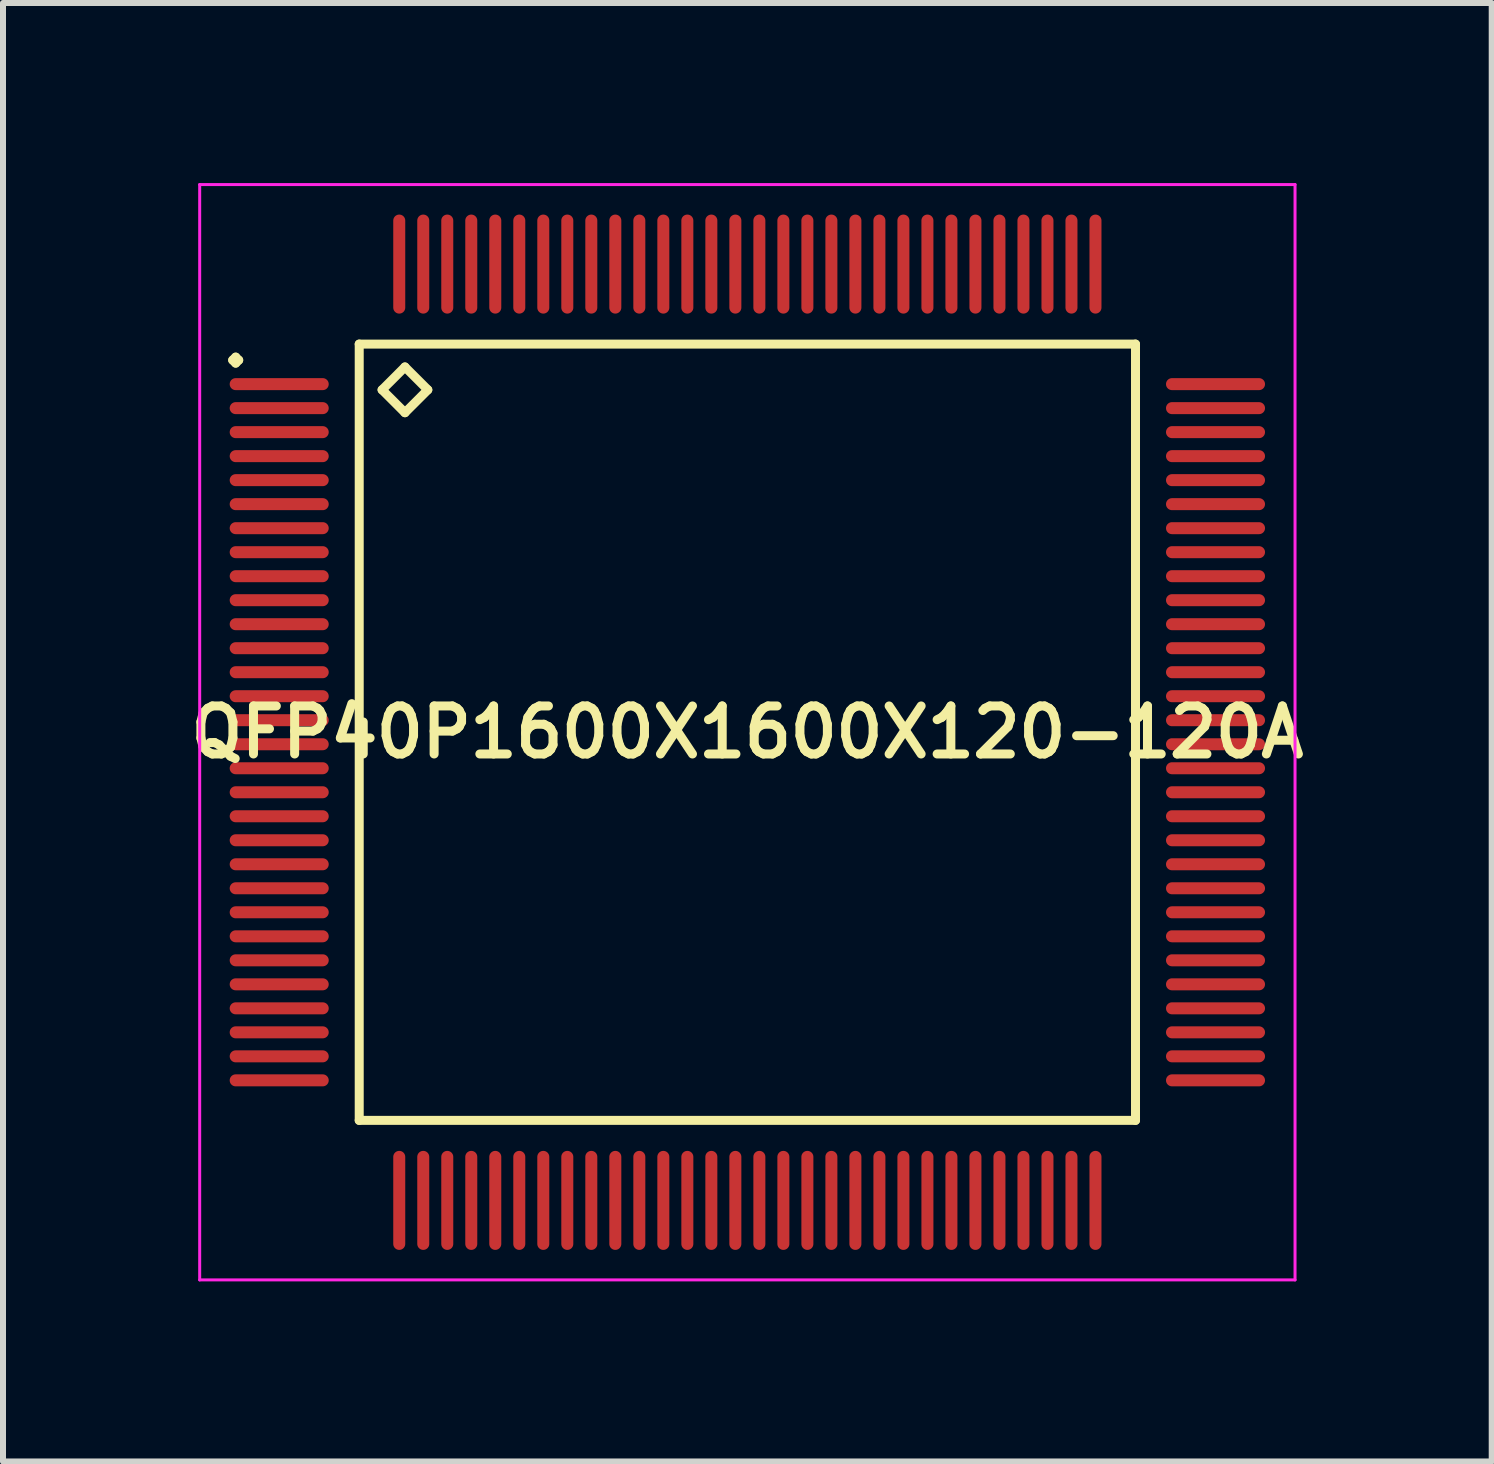
<source format=kicad_pcb>
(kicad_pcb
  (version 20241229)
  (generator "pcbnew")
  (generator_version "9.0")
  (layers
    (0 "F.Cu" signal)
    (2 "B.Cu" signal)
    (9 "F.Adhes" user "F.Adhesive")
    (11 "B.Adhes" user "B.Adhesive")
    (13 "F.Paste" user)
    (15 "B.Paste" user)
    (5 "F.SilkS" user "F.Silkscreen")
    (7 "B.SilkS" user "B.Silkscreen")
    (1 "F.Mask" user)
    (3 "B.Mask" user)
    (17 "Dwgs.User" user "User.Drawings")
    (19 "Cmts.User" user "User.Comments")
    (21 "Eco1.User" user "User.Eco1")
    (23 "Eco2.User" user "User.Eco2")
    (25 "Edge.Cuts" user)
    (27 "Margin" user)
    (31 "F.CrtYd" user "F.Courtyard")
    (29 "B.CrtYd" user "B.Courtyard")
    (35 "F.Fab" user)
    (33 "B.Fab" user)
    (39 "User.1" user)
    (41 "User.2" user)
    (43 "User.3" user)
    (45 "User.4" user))
  (footprint "QFP40P1600X1600X120-120A"
    (layer "F.Cu")
    (at 9.402 9.15)
    (property "Reference" "QFP40P1600X1600X120-120A" (at 0 0 0) (layer "F.SilkS") (effects (font (size 0.8 0.8) (thickness 0.15))))
    (attr smd)
    (fp_line (start -8.575 -6.2) (end -8.525 -6.25) (stroke (width 0.15) (type solid)) (layer "F.SilkS"))
    (fp_line (start -8.525 -6.25) (end -8.475 -6.2) (stroke (width 0.15) (type solid)) (layer "F.SilkS"))
    (fp_line (start -8.525 -6.15) (end -8.575 -6.2) (stroke (width 0.15) (type solid)) (layer "F.SilkS"))
    (fp_line (start -8.475 -6.2) (end -8.525 -6.15) (stroke (width 0.15) (type solid)) (layer "F.SilkS"))
    (fp_line (start -6.467 -6.467) (end -6.467 6.467) (stroke (width 0.15) (type solid)) (layer "F.SilkS"))
    (fp_line (start -6.467 6.467) (end 6.467 6.467) (stroke (width 0.15) (type solid)) (layer "F.SilkS"))
    (fp_line (start -6.086 -5.705) (end -5.705 -6.086) (stroke (width 0.15) (type solid)) (layer "F.SilkS"))
    (fp_line (start -5.705 -6.086) (end -5.324 -5.705) (stroke (width 0.15) (type solid)) (layer "F.SilkS"))
    (fp_line (start -5.705 -5.324) (end -6.086 -5.705) (stroke (width 0.15) (type solid)) (layer "F.SilkS"))
    (fp_line (start -5.324 -5.705) (end -5.705 -5.324) (stroke (width 0.15) (type solid)) (layer "F.SilkS"))
    (fp_line (start 6.467 -6.467) (end -6.467 -6.467) (stroke (width 0.15) (type solid)) (layer "F.SilkS"))
    (fp_line (start 6.467 6.467) (end 6.467 -6.467) (stroke (width 0.15) (type solid)) (layer "F.SilkS"))
    (fp_line (start -9.125 -9.125) (end 9.125 -9.125) (stroke (width 0.05) (type solid)) (layer "F.CrtYd"))
    (fp_line (start -9.125 9.125) (end -9.125 -9.125) (stroke (width 0.05) (type solid)) (layer "F.CrtYd"))
    (fp_line (start 9.125 -9.125) (end 9.125 9.125) (stroke (width 0.05) (type solid)) (layer "F.CrtYd"))
    (fp_line (start 9.125 9.125) (end -9.125 9.125) (stroke (width 0.05) (type solid)) (layer "F.CrtYd"))
    (pad "1" smd oval (at -7.8 -5.8) (size 1.65 0.2) (layers "F.Cu" "F.Mask" "F.Paste"))
    (pad "2" smd oval (at -7.8 -5.4) (size 1.65 0.2) (layers "F.Cu" "F.Mask" "F.Paste"))
    (pad "3" smd oval (at -7.8 -5) (size 1.65 0.2) (layers "F.Cu" "F.Mask" "F.Paste"))
    (pad "4" smd oval (at -7.8 -4.6) (size 1.65 0.2) (layers "F.Cu" "F.Mask" "F.Paste"))
    (pad "5" smd oval (at -7.8 -4.2) (size 1.65 0.2) (layers "F.Cu" "F.Mask" "F.Paste"))
    (pad "6" smd oval (at -7.8 -3.8) (size 1.65 0.2) (layers "F.Cu" "F.Mask" "F.Paste"))
    (pad "7" smd oval (at -7.8 -3.4) (size 1.65 0.2) (layers "F.Cu" "F.Mask" "F.Paste"))
    (pad "8" smd oval (at -7.8 -3) (size 1.65 0.2) (layers "F.Cu" "F.Mask" "F.Paste"))
    (pad "9" smd oval (at -7.8 -2.6) (size 1.65 0.2) (layers "F.Cu" "F.Mask" "F.Paste"))
    (pad "10" smd oval (at -7.8 -2.2) (size 1.65 0.2) (layers "F.Cu" "F.Mask" "F.Paste"))
    (pad "11" smd oval (at -7.8 -1.8) (size 1.65 0.2) (layers "F.Cu" "F.Mask" "F.Paste"))
    (pad "12" smd oval (at -7.8 -1.4) (size 1.65 0.2) (layers "F.Cu" "F.Mask" "F.Paste"))
    (pad "13" smd oval (at -7.8 -1) (size 1.65 0.2) (layers "F.Cu" "F.Mask" "F.Paste"))
    (pad "14" smd oval (at -7.8 -0.6) (size 1.65 0.2) (layers "F.Cu" "F.Mask" "F.Paste"))
    (pad "15" smd oval (at -7.8 -0.2) (size 1.65 0.2) (layers "F.Cu" "F.Mask" "F.Paste"))
    (pad "16" smd oval (at -7.8 0.2) (size 1.65 0.2) (layers "F.Cu" "F.Mask" "F.Paste"))
    (pad "17" smd oval (at -7.8 0.6) (size 1.65 0.2) (layers "F.Cu" "F.Mask" "F.Paste"))
    (pad "18" smd oval (at -7.8 1) (size 1.65 0.2) (layers "F.Cu" "F.Mask" "F.Paste"))
    (pad "19" smd oval (at -7.8 1.4) (size 1.65 0.2) (layers "F.Cu" "F.Mask" "F.Paste"))
    (pad "20" smd oval (at -7.8 1.8) (size 1.65 0.2) (layers "F.Cu" "F.Mask" "F.Paste"))
    (pad "21" smd oval (at -7.8 2.2) (size 1.65 0.2) (layers "F.Cu" "F.Mask" "F.Paste"))
    (pad "22" smd oval (at -7.8 2.6) (size 1.65 0.2) (layers "F.Cu" "F.Mask" "F.Paste"))
    (pad "23" smd oval (at -7.8 3) (size 1.65 0.2) (layers "F.Cu" "F.Mask" "F.Paste"))
    (pad "24" smd oval (at -7.8 3.4) (size 1.65 0.2) (layers "F.Cu" "F.Mask" "F.Paste"))
    (pad "25" smd oval (at -7.8 3.8) (size 1.65 0.2) (layers "F.Cu" "F.Mask" "F.Paste"))
    (pad "26" smd oval (at -7.8 4.2) (size 1.65 0.2) (layers "F.Cu" "F.Mask" "F.Paste"))
    (pad "27" smd oval (at -7.8 4.6) (size 1.65 0.2) (layers "F.Cu" "F.Mask" "F.Paste"))
    (pad "28" smd oval (at -7.8 5) (size 1.65 0.2) (layers "F.Cu" "F.Mask" "F.Paste"))
    (pad "29" smd oval (at -7.8 5.4) (size 1.65 0.2) (layers "F.Cu" "F.Mask" "F.Paste"))
    (pad "30" smd oval (at -7.8 5.8) (size 1.65 0.2) (layers "F.Cu" "F.Mask" "F.Paste"))
    (pad "31" smd oval (at -5.8 7.8) (size 0.2 1.65) (layers "F.Cu" "F.Mask" "F.Paste"))
    (pad "32" smd oval (at -5.4 7.8) (size 0.2 1.65) (layers "F.Cu" "F.Mask" "F.Paste"))
    (pad "33" smd oval (at -5 7.8) (size 0.2 1.65) (layers "F.Cu" "F.Mask" "F.Paste"))
    (pad "34" smd oval (at -4.6 7.8) (size 0.2 1.65) (layers "F.Cu" "F.Mask" "F.Paste"))
    (pad "35" smd oval (at -4.2 7.8) (size 0.2 1.65) (layers "F.Cu" "F.Mask" "F.Paste"))
    (pad "36" smd oval (at -3.8 7.8) (size 0.2 1.65) (layers "F.Cu" "F.Mask" "F.Paste"))
    (pad "37" smd oval (at -3.4 7.8) (size 0.2 1.65) (layers "F.Cu" "F.Mask" "F.Paste"))
    (pad "38" smd oval (at -3 7.8) (size 0.2 1.65) (layers "F.Cu" "F.Mask" "F.Paste"))
    (pad "39" smd oval (at -2.6 7.8) (size 0.2 1.65) (layers "F.Cu" "F.Mask" "F.Paste"))
    (pad "40" smd oval (at -2.2 7.8) (size 0.2 1.65) (layers "F.Cu" "F.Mask" "F.Paste"))
    (pad "41" smd oval (at -1.8 7.8) (size 0.2 1.65) (layers "F.Cu" "F.Mask" "F.Paste"))
    (pad "42" smd oval (at -1.4 7.8) (size 0.2 1.65) (layers "F.Cu" "F.Mask" "F.Paste"))
    (pad "43" smd oval (at -1 7.8) (size 0.2 1.65) (layers "F.Cu" "F.Mask" "F.Paste"))
    (pad "44" smd oval (at -0.6 7.8) (size 0.2 1.65) (layers "F.Cu" "F.Mask" "F.Paste"))
    (pad "45" smd oval (at -0.2 7.8) (size 0.2 1.65) (layers "F.Cu" "F.Mask" "F.Paste"))
    (pad "46" smd oval (at 0.2 7.8) (size 0.2 1.65) (layers "F.Cu" "F.Mask" "F.Paste"))
    (pad "47" smd oval (at 0.6 7.8) (size 0.2 1.65) (layers "F.Cu" "F.Mask" "F.Paste"))
    (pad "48" smd oval (at 1 7.8) (size 0.2 1.65) (layers "F.Cu" "F.Mask" "F.Paste"))
    (pad "49" smd oval (at 1.4 7.8) (size 0.2 1.65) (layers "F.Cu" "F.Mask" "F.Paste"))
    (pad "50" smd oval (at 1.8 7.8) (size 0.2 1.65) (layers "F.Cu" "F.Mask" "F.Paste"))
    (pad "51" smd oval (at 2.2 7.8) (size 0.2 1.65) (layers "F.Cu" "F.Mask" "F.Paste"))
    (pad "52" smd oval (at 2.6 7.8) (size 0.2 1.65) (layers "F.Cu" "F.Mask" "F.Paste"))
    (pad "53" smd oval (at 3 7.8) (size 0.2 1.65) (layers "F.Cu" "F.Mask" "F.Paste"))
    (pad "54" smd oval (at 3.4 7.8) (size 0.2 1.65) (layers "F.Cu" "F.Mask" "F.Paste"))
    (pad "55" smd oval (at 3.8 7.8) (size 0.2 1.65) (layers "F.Cu" "F.Mask" "F.Paste"))
    (pad "56" smd oval (at 4.2 7.8) (size 0.2 1.65) (layers "F.Cu" "F.Mask" "F.Paste"))
    (pad "57" smd oval (at 4.6 7.8) (size 0.2 1.65) (layers "F.Cu" "F.Mask" "F.Paste"))
    (pad "58" smd oval (at 5 7.8) (size 0.2 1.65) (layers "F.Cu" "F.Mask" "F.Paste"))
    (pad "59" smd oval (at 5.4 7.8) (size 0.2 1.65) (layers "F.Cu" "F.Mask" "F.Paste"))
    (pad "60" smd oval (at 5.8 7.8) (size 0.2 1.65) (layers "F.Cu" "F.Mask" "F.Paste"))
    (pad "61" smd oval (at 7.8 5.8) (size 1.65 0.2) (layers "F.Cu" "F.Mask" "F.Paste"))
    (pad "62" smd oval (at 7.8 5.4) (size 1.65 0.2) (layers "F.Cu" "F.Mask" "F.Paste"))
    (pad "63" smd oval (at 7.8 5) (size 1.65 0.2) (layers "F.Cu" "F.Mask" "F.Paste"))
    (pad "64" smd oval (at 7.8 4.6) (size 1.65 0.2) (layers "F.Cu" "F.Mask" "F.Paste"))
    (pad "65" smd oval (at 7.8 4.2) (size 1.65 0.2) (layers "F.Cu" "F.Mask" "F.Paste"))
    (pad "66" smd oval (at 7.8 3.8) (size 1.65 0.2) (layers "F.Cu" "F.Mask" "F.Paste"))
    (pad "67" smd oval (at 7.8 3.4) (size 1.65 0.2) (layers "F.Cu" "F.Mask" "F.Paste"))
    (pad "68" smd oval (at 7.8 3) (size 1.65 0.2) (layers "F.Cu" "F.Mask" "F.Paste"))
    (pad "69" smd oval (at 7.8 2.6) (size 1.65 0.2) (layers "F.Cu" "F.Mask" "F.Paste"))
    (pad "70" smd oval (at 7.8 2.2) (size 1.65 0.2) (layers "F.Cu" "F.Mask" "F.Paste"))
    (pad "71" smd oval (at 7.8 1.8) (size 1.65 0.2) (layers "F.Cu" "F.Mask" "F.Paste"))
    (pad "72" smd oval (at 7.8 1.4) (size 1.65 0.2) (layers "F.Cu" "F.Mask" "F.Paste"))
    (pad "73" smd oval (at 7.8 1) (size 1.65 0.2) (layers "F.Cu" "F.Mask" "F.Paste"))
    (pad "74" smd oval (at 7.8 0.6) (size 1.65 0.2) (layers "F.Cu" "F.Mask" "F.Paste"))
    (pad "75" smd oval (at 7.8 0.2) (size 1.65 0.2) (layers "F.Cu" "F.Mask" "F.Paste"))
    (pad "76" smd oval (at 7.8 -0.2) (size 1.65 0.2) (layers "F.Cu" "F.Mask" "F.Paste"))
    (pad "77" smd oval (at 7.8 -0.6) (size 1.65 0.2) (layers "F.Cu" "F.Mask" "F.Paste"))
    (pad "78" smd oval (at 7.8 -1) (size 1.65 0.2) (layers "F.Cu" "F.Mask" "F.Paste"))
    (pad "79" smd oval (at 7.8 -1.4) (size 1.65 0.2) (layers "F.Cu" "F.Mask" "F.Paste"))
    (pad "80" smd oval (at 7.8 -1.8) (size 1.65 0.2) (layers "F.Cu" "F.Mask" "F.Paste"))
    (pad "81" smd oval (at 7.8 -2.2) (size 1.65 0.2) (layers "F.Cu" "F.Mask" "F.Paste"))
    (pad "82" smd oval (at 7.8 -2.6) (size 1.65 0.2) (layers "F.Cu" "F.Mask" "F.Paste"))
    (pad "83" smd oval (at 7.8 -3) (size 1.65 0.2) (layers "F.Cu" "F.Mask" "F.Paste"))
    (pad "84" smd oval (at 7.8 -3.4) (size 1.65 0.2) (layers "F.Cu" "F.Mask" "F.Paste"))
    (pad "85" smd oval (at 7.8 -3.8) (size 1.65 0.2) (layers "F.Cu" "F.Mask" "F.Paste"))
    (pad "86" smd oval (at 7.8 -4.2) (size 1.65 0.2) (layers "F.Cu" "F.Mask" "F.Paste"))
    (pad "87" smd oval (at 7.8 -4.6) (size 1.65 0.2) (layers "F.Cu" "F.Mask" "F.Paste"))
    (pad "88" smd oval (at 7.8 -5) (size 1.65 0.2) (layers "F.Cu" "F.Mask" "F.Paste"))
    (pad "89" smd oval (at 7.8 -5.4) (size 1.65 0.2) (layers "F.Cu" "F.Mask" "F.Paste"))
    (pad "90" smd oval (at 7.8 -5.8) (size 1.65 0.2) (layers "F.Cu" "F.Mask" "F.Paste"))
    (pad "91" smd oval (at 5.8 -7.8) (size 0.2 1.65) (layers "F.Cu" "F.Mask" "F.Paste"))
    (pad "92" smd oval (at 5.4 -7.8) (size 0.2 1.65) (layers "F.Cu" "F.Mask" "F.Paste"))
    (pad "93" smd oval (at 5 -7.8) (size 0.2 1.65) (layers "F.Cu" "F.Mask" "F.Paste"))
    (pad "94" smd oval (at 4.6 -7.8) (size 0.2 1.65) (layers "F.Cu" "F.Mask" "F.Paste"))
    (pad "95" smd oval (at 4.2 -7.8) (size 0.2 1.65) (layers "F.Cu" "F.Mask" "F.Paste"))
    (pad "96" smd oval (at 3.8 -7.8) (size 0.2 1.65) (layers "F.Cu" "F.Mask" "F.Paste"))
    (pad "97" smd oval (at 3.4 -7.8) (size 0.2 1.65) (layers "F.Cu" "F.Mask" "F.Paste"))
    (pad "98" smd oval (at 3 -7.8) (size 0.2 1.65) (layers "F.Cu" "F.Mask" "F.Paste"))
    (pad "99" smd oval (at 2.6 -7.8) (size 0.2 1.65) (layers "F.Cu" "F.Mask" "F.Paste"))
    (pad "100" smd oval (at 2.2 -7.8) (size 0.2 1.65) (layers "F.Cu" "F.Mask" "F.Paste"))
    (pad "101" smd oval (at 1.8 -7.8) (size 0.2 1.65) (layers "F.Cu" "F.Mask" "F.Paste"))
    (pad "102" smd oval (at 1.4 -7.8) (size 0.2 1.65) (layers "F.Cu" "F.Mask" "F.Paste"))
    (pad "103" smd oval (at 1 -7.8) (size 0.2 1.65) (layers "F.Cu" "F.Mask" "F.Paste"))
    (pad "104" smd oval (at 0.6 -7.8) (size 0.2 1.65) (layers "F.Cu" "F.Mask" "F.Paste"))
    (pad "105" smd oval (at 0.2 -7.8) (size 0.2 1.65) (layers "F.Cu" "F.Mask" "F.Paste"))
    (pad "106" smd oval (at -0.2 -7.8) (size 0.2 1.65) (layers "F.Cu" "F.Mask" "F.Paste"))
    (pad "107" smd oval (at -0.6 -7.8) (size 0.2 1.65) (layers "F.Cu" "F.Mask" "F.Paste"))
    (pad "108" smd oval (at -1 -7.8) (size 0.2 1.65) (layers "F.Cu" "F.Mask" "F.Paste"))
    (pad "109" smd oval (at -1.4 -7.8) (size 0.2 1.65) (layers "F.Cu" "F.Mask" "F.Paste"))
    (pad "110" smd oval (at -1.8 -7.8) (size 0.2 1.65) (layers "F.Cu" "F.Mask" "F.Paste"))
    (pad "111" smd oval (at -2.2 -7.8) (size 0.2 1.65) (layers "F.Cu" "F.Mask" "F.Paste"))
    (pad "112" smd oval (at -2.6 -7.8) (size 0.2 1.65) (layers "F.Cu" "F.Mask" "F.Paste"))
    (pad "113" smd oval (at -3 -7.8) (size 0.2 1.65) (layers "F.Cu" "F.Mask" "F.Paste"))
    (pad "114" smd oval (at -3.4 -7.8) (size 0.2 1.65) (layers "F.Cu" "F.Mask" "F.Paste"))
    (pad "115" smd oval (at -3.8 -7.8) (size 0.2 1.65) (layers "F.Cu" "F.Mask" "F.Paste"))
    (pad "116" smd oval (at -4.2 -7.8) (size 0.2 1.65) (layers "F.Cu" "F.Mask" "F.Paste"))
    (pad "117" smd oval (at -4.6 -7.8) (size 0.2 1.65) (layers "F.Cu" "F.Mask" "F.Paste"))
    (pad "118" smd oval (at -5 -7.8) (size 0.2 1.65) (layers "F.Cu" "F.Mask" "F.Paste"))
    (pad "119" smd oval (at -5.4 -7.8) (size 0.2 1.65) (layers "F.Cu" "F.Mask" "F.Paste"))
    (pad "120" smd oval (at -5.8 -7.8) (size 0.2 1.65) (layers "F.Cu" "F.Mask" "F.Paste")))
  (gr_rect
    (start -3 -3)
    (end 21.804 21.3)
    (stroke (width 0.1) (type default))
    (fill no)
    (layer "Edge.Cuts")))
</source>
